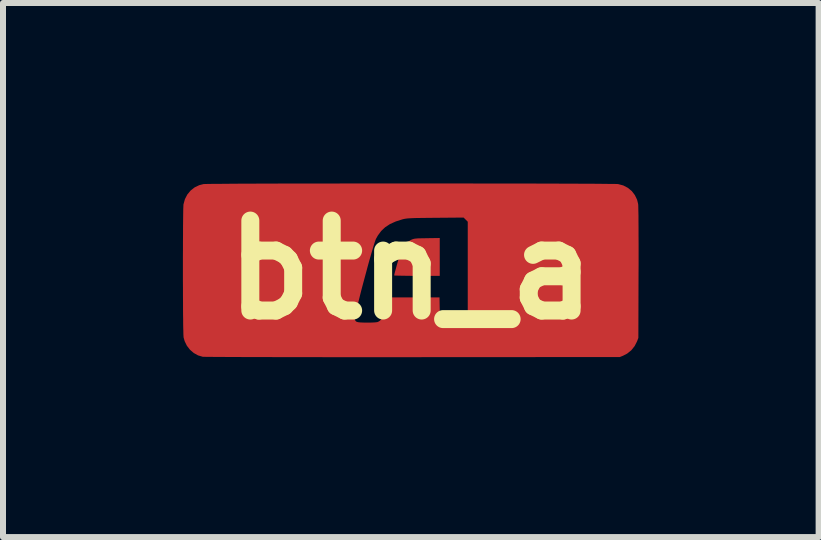
<source format=kicad_pcb>
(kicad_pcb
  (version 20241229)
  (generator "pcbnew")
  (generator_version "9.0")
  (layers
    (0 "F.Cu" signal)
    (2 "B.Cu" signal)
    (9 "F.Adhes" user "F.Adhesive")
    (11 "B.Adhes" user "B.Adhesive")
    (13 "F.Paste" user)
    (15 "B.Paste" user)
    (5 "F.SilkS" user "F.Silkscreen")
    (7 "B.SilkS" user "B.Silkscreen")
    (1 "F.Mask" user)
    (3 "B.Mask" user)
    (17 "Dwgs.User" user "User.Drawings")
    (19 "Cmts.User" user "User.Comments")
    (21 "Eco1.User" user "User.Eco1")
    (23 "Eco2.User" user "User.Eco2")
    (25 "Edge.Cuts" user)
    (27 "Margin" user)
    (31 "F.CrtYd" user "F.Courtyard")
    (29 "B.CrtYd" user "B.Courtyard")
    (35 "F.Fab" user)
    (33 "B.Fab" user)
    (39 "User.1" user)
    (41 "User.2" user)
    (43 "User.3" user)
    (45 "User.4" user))
  (footprint "btn_a"
    (layer "F.Cu")
    (at 3.803 1.45)
    (property "Reference" "btn_a" (at 0 0 0) (layer "F.SilkS") (effects (font (size 1.5 1.5) (thickness 0.3))))
    (attr board_only exclude_from_pos_files exclude_from_bom)
    (fp_poly (pts (xy 0.48 -0.216) (xy 0.48 0.1) (xy 0.1 0.1) (xy 0.015 0.1) (xy -0.063 0.099) (xy -0.133 0.098) (xy -0.191 0.097) (xy -0.237 0.096) (xy -0.267 0.095) (xy -0.28 0.093) (xy -0.28 0.093) (xy -0.277 0.077) (xy -0.27 0.046) (xy -0.258 0.003) (xy -0.244 -0.049) (xy -0.228 -0.107) (xy -0.211 -0.165) (xy -0.194 -0.223) (xy -0.178 -0.274) (xy -0.165 -0.317) (xy -0.155 -0.348) (xy -0.149 -0.361) (xy -0.113 -0.413) (xy -0.063 -0.46) (xy -0.003 -0.497) (xy 0 -0.499) (xy 0.019 -0.508) (xy 0.037 -0.514) (xy 0.057 -0.519) (xy 0.081 -0.522) (xy 0.115 -0.525) (xy 0.159 -0.526) (xy 0.219 -0.527) (xy 0.268 -0.528) (xy 0.48 -0.531)) (stroke (width 0) (type solid)) (fill yes) (layer "F.Cu"))
    (fp_poly (pts (xy 0.15 -1.441) (xy 0.379 -1.441) (xy 0.606 -1.441) (xy 0.831 -1.441) (xy 1.052 -1.44) (xy 1.27 -1.44) (xy 1.482 -1.44) (xy 1.688 -1.44) (xy 1.888 -1.439) (xy 2.079 -1.439) (xy 2.262 -1.438) (xy 2.436 -1.438) (xy 2.599 -1.437) (xy 2.751 -1.437) (xy 2.89 -1.436) (xy 3.016 -1.436) (xy 3.129 -1.435) (xy 3.226 -1.434) (xy 3.307 -1.433) (xy 3.372 -1.433) (xy 3.419 -1.432) (xy 3.448 -1.431) (xy 3.456 -1.43) (xy 3.542 -1.407) (xy 3.618 -1.367) (xy 3.683 -1.313) (xy 3.734 -1.246) (xy 3.771 -1.169) (xy 3.788 -1.1) (xy 3.79 -1.079) (xy 3.791 -1.038) (xy 3.792 -0.979) (xy 3.794 -0.902) (xy 3.794 -0.807) (xy 3.795 -0.696) (xy 3.795 -0.568) (xy 3.796 -0.425) (xy 3.796 -0.267) (xy 3.796 -0.095) (xy 3.795 0.049) (xy 3.792 1.134) (xy 3.77 1.193) (xy 3.73 1.271) (xy 3.675 1.34) (xy 3.606 1.396) (xy 3.537 1.432) (xy 3.482 1.454) (xy 0.027 1.456) (xy -0.235 1.456) (xy -0.492 1.456) (xy -0.744 1.456) (xy -0.989 1.456) (xy -1.227 1.456) (xy -1.457 1.456) (xy -1.678 1.455) (xy -1.891 1.455) (xy -2.093 1.455) (xy -2.284 1.455) (xy -2.464 1.454) (xy -2.632 1.454) (xy -2.787 1.454) (xy -2.928 1.453) (xy -3.054 1.453) (xy -3.165 1.452) (xy -3.261 1.452) (xy -3.34 1.451) (xy -3.401 1.451) (xy -3.444 1.45) (xy -3.468 1.45) (xy -3.474 1.449) (xy -3.551 1.426) (xy -3.623 1.386) (xy -3.685 1.332) (xy -3.737 1.265) (xy -3.774 1.189) (xy -3.792 1.125) (xy -3.793 1.106) (xy -3.795 1.068) (xy -3.796 1.014) (xy -3.798 0.945) (xy -3.799 0.862) (xy -3.799 0.817) (xy -0.938 0.817) (xy -0.932 0.838) (xy -0.922 0.854) (xy -0.906 0.866) (xy -0.88 0.873) (xy -0.842 0.877) (xy -0.789 0.879) (xy -0.73 0.879) (xy -0.664 0.879) (xy -0.615 0.877) (xy -0.58 0.874) (xy -0.556 0.87) (xy -0.543 0.864) (xy -0.519 0.849) (xy -0.498 0.829) (xy -0.481 0.801) (xy -0.464 0.762) (xy -0.446 0.709) (xy -0.427 0.64) (xy -0.422 0.622) (xy -0.379 0.459) (xy 0.048 0.459) (xy 0.476 0.459) (xy 0.479 0.627) (xy 0.481 0.704) (xy 0.485 0.764) (xy 0.493 0.808) (xy 0.508 0.84) (xy 0.531 0.86) (xy 0.565 0.872) (xy 0.612 0.877) (xy 0.675 0.879) (xy 0.724 0.879) (xy 0.879 0.879) (xy 0.913 0.845) (xy 0.947 0.811) (xy 0.947 0.004) (xy 0.947 -0.803) (xy 0.913 -0.837) (xy 0.878 -0.872) (xy 0.41 -0.868) (xy 0.3 -0.867) (xy 0.208 -0.866) (xy 0.133 -0.865) (xy 0.071 -0.864) (xy 0.021 -0.862) (xy -0.019 -0.86) (xy -0.051 -0.858) (xy -0.077 -0.855) (xy -0.099 -0.852) (xy -0.12 -0.848) (xy -0.14 -0.843) (xy -0.253 -0.807) (xy -0.349 -0.764) (xy -0.43 -0.711) (xy -0.497 -0.648) (xy -0.552 -0.573) (xy -0.584 -0.516) (xy -0.594 -0.49) (xy -0.608 -0.448) (xy -0.626 -0.391) (xy -0.646 -0.323) (xy -0.669 -0.244) (xy -0.694 -0.157) (xy -0.72 -0.063) (xy -0.746 0.035) (xy -0.773 0.135) (xy -0.8 0.235) (xy -0.826 0.333) (xy -0.85 0.428) (xy -0.872 0.517) (xy -0.892 0.598) (xy -0.909 0.67) (xy -0.923 0.729) (xy -0.932 0.775) (xy -0.937 0.806) (xy -0.938 0.817) (xy -3.799 0.817) (xy -3.8 0.768) (xy -3.801 0.663) (xy -3.801 0.55) (xy -3.802 0.43) (xy -3.802 0.304) (xy -3.803 0.175) (xy -3.803 0.044) (xy -3.803 -0.087) (xy -3.803 -0.217) (xy -3.802 -0.344) (xy -3.802 -0.467) (xy -3.801 -0.584) (xy -3.801 -0.692) (xy -3.8 -0.791) (xy -3.799 -0.88) (xy -3.798 -0.955) (xy -3.797 -1.016) (xy -3.795 -1.061) (xy -3.794 -1.088) (xy -3.793 -1.094) (xy -3.769 -1.18) (xy -3.729 -1.257) (xy -3.675 -1.322) (xy -3.608 -1.375) (xy -3.531 -1.412) (xy -3.461 -1.43) (xy -3.445 -1.431) (xy -3.41 -1.432) (xy -3.357 -1.433) (xy -3.287 -1.434) (xy -3.2 -1.434) (xy -3.098 -1.435) (xy -2.981 -1.436) (xy -2.85 -1.437) (xy -2.706 -1.437) (xy -2.551 -1.438) (xy -2.384 -1.438) (xy -2.207 -1.439) (xy -2.021 -1.439) (xy -1.827 -1.439) (xy -1.625 -1.44) (xy -1.417 -1.44) (xy -1.203 -1.44) (xy -0.984 -1.441) (xy -0.761 -1.441) (xy -0.536 -1.441) (xy -0.308 -1.441) (xy -0.079 -1.441)) (stroke (width 0) (type solid)) (fill yes) (layer "F.Cu"))
    (fp_poly (pts (xy 0.48 -0.216) (xy 0.48 0.1) (xy 0.1 0.1) (xy 0.015 0.1) (xy -0.063 0.099) (xy -0.133 0.098) (xy -0.191 0.097) (xy -0.237 0.096) (xy -0.267 0.095) (xy -0.28 0.093) (xy -0.28 0.093) (xy -0.277 0.077) (xy -0.27 0.046) (xy -0.258 0.003) (xy -0.244 -0.049) (xy -0.228 -0.107) (xy -0.211 -0.165) (xy -0.194 -0.223) (xy -0.178 -0.274) (xy -0.165 -0.317) (xy -0.155 -0.348) (xy -0.149 -0.361) (xy -0.113 -0.413) (xy -0.063 -0.46) (xy -0.003 -0.497) (xy 0 -0.499) (xy 0.019 -0.508) (xy 0.037 -0.514) (xy 0.057 -0.519) (xy 0.081 -0.522) (xy 0.115 -0.525) (xy 0.159 -0.526) (xy 0.219 -0.527) (xy 0.268 -0.528) (xy 0.48 -0.531)) (stroke (width 0) (type solid)) (fill yes) (layer "F.Mask"))
    (fp_poly (pts (xy 0.153 -1.45) (xy 0.382 -1.45) (xy 0.609 -1.45) (xy 0.834 -1.45) (xy 1.055 -1.45) (xy 1.272 -1.45) (xy 1.485 -1.449) (xy 1.691 -1.449) (xy 1.89 -1.449) (xy 2.082 -1.448) (xy 2.265 -1.448) (xy 2.438 -1.447) (xy 2.601 -1.447) (xy 2.753 -1.446) (xy 2.893 -1.446) (xy 3.019 -1.445) (xy 3.131 -1.444) (xy 3.228 -1.444) (xy 3.31 -1.443) (xy 3.375 -1.442) (xy 3.422 -1.441) (xy 3.451 -1.44) (xy 3.459 -1.439) (xy 3.544 -1.416) (xy 3.621 -1.376) (xy 3.685 -1.322) (xy 3.737 -1.255) (xy 3.774 -1.178) (xy 3.791 -1.109) (xy 3.792 -1.088) (xy 3.794 -1.048) (xy 3.795 -0.988) (xy 3.796 -0.911) (xy 3.797 -0.816) (xy 3.798 -0.705) (xy 3.798 -0.577) (xy 3.798 -0.434) (xy 3.798 -0.276) (xy 3.798 -0.104) (xy 3.798 0.04) (xy 3.795 1.125) (xy 3.773 1.184) (xy 3.733 1.262) (xy 3.677 1.33) (xy 3.609 1.386) (xy 3.54 1.423) (xy 3.485 1.445) (xy 0.03 1.446) (xy -0.232 1.446) (xy -0.489 1.446) (xy -0.741 1.446) (xy -0.986 1.446) (xy -1.224 1.446) (xy -1.454 1.446) (xy -1.676 1.446) (xy -1.888 1.446) (xy -2.09 1.446) (xy -2.282 1.445) (xy -2.462 1.445) (xy -2.629 1.445) (xy -2.784 1.444) (xy -2.925 1.444) (xy -3.051 1.443) (xy -3.163 1.443) (xy -3.258 1.442) (xy -3.337 1.442) (xy -3.398 1.441) (xy -3.441 1.441) (xy -3.466 1.44) (xy -3.471 1.44) (xy -3.549 1.417) (xy -3.62 1.377) (xy -3.683 1.322) (xy -3.734 1.256) (xy -3.771 1.18) (xy -3.789 1.115) (xy -3.791 1.096) (xy -3.792 1.059) (xy -3.794 1.005) (xy -3.795 0.935) (xy -3.796 0.853) (xy -3.797 0.807) (xy -0.935 0.807) (xy -0.929 0.829) (xy -0.92 0.845) (xy -0.903 0.856) (xy -0.878 0.864) (xy -0.839 0.868) (xy -0.786 0.87) (xy -0.727 0.87) (xy -0.661 0.87) (xy -0.612 0.868) (xy -0.577 0.865) (xy -0.553 0.86) (xy -0.54 0.855) (xy -0.516 0.84) (xy -0.496 0.819) (xy -0.478 0.791) (xy -0.461 0.752) (xy -0.443 0.7) (xy -0.424 0.631) (xy -0.419 0.613) (xy -0.377 0.45) (xy 0.051 0.45) (xy 0.478 0.45) (xy 0.482 0.618) (xy 0.484 0.695) (xy 0.488 0.755) (xy 0.496 0.799) (xy 0.51 0.83) (xy 0.534 0.851) (xy 0.568 0.862) (xy 0.615 0.868) (xy 0.677 0.87) (xy 0.726 0.87) (xy 0.882 0.87) (xy 0.916 0.836) (xy 0.95 0.802) (xy 0.95 -0.005) (xy 0.95 -0.812) (xy 0.915 -0.847) (xy 0.88 -0.882) (xy 0.413 -0.877) (xy 0.303 -0.876) (xy 0.211 -0.875) (xy 0.135 -0.874) (xy 0.073 -0.873) (xy 0.023 -0.872) (xy -0.017 -0.87) (xy -0.049 -0.867) (xy -0.075 -0.865) (xy -0.097 -0.861) (xy -0.117 -0.857) (xy -0.137 -0.852) (xy -0.251 -0.816) (xy -0.347 -0.773) (xy -0.428 -0.72) (xy -0.495 -0.657) (xy -0.55 -0.583) (xy -0.581 -0.525) (xy -0.591 -0.499) (xy -0.605 -0.457) (xy -0.623 -0.401) (xy -0.644 -0.332) (xy -0.666 -0.253) (xy -0.691 -0.166) (xy -0.717 -0.072) (xy -0.744 0.025) (xy -0.771 0.125) (xy -0.797 0.225) (xy -0.823 0.324) (xy -0.847 0.419) (xy -0.87 0.507) (xy -0.89 0.589) (xy -0.907 0.66) (xy -0.92 0.72) (xy -0.93 0.766) (xy -0.935 0.796) (xy -0.935 0.807) (xy -3.797 0.807) (xy -3.797 0.758) (xy -3.798 0.654) (xy -3.799 0.54) (xy -3.799 0.42) (xy -3.8 0.295) (xy -3.8 0.166) (xy -3.8 0.035) (xy -3.8 -0.096) (xy -3.8 -0.227) (xy -3.8 -0.354) (xy -3.799 -0.476) (xy -3.799 -0.593) (xy -3.798 -0.702) (xy -3.797 -0.801) (xy -3.796 -0.889) (xy -3.795 -0.964) (xy -3.794 -1.025) (xy -3.793 -1.07) (xy -3.791 -1.098) (xy -3.79 -1.103) (xy -3.767 -1.189) (xy -3.727 -1.266) (xy -3.673 -1.332) (xy -3.606 -1.384) (xy -3.529 -1.422) (xy -3.459 -1.44) (xy -3.443 -1.44) (xy -3.408 -1.441) (xy -3.355 -1.442) (xy -3.284 -1.443) (xy -3.197 -1.444) (xy -3.095 -1.445) (xy -2.978 -1.445) (xy -2.847 -1.446) (xy -2.704 -1.446) (xy -2.548 -1.447) (xy -2.382 -1.448) (xy -2.205 -1.448) (xy -2.019 -1.448) (xy -1.824 -1.449) (xy -1.623 -1.449) (xy -1.414 -1.449) (xy -1.2 -1.45) (xy -0.981 -1.45) (xy -0.759 -1.45) (xy -0.533 -1.45) (xy -0.305 -1.45) (xy -0.076 -1.45)) (stroke (width 0) (type solid)) (fill yes) (layer "F.Mask")))
  (gr_rect
    (start -3 -3)
    (end 10.601 5.906)
    (stroke (width 0.1) (type default))
    (fill no)
    (layer "Edge.Cuts")))
</source>
